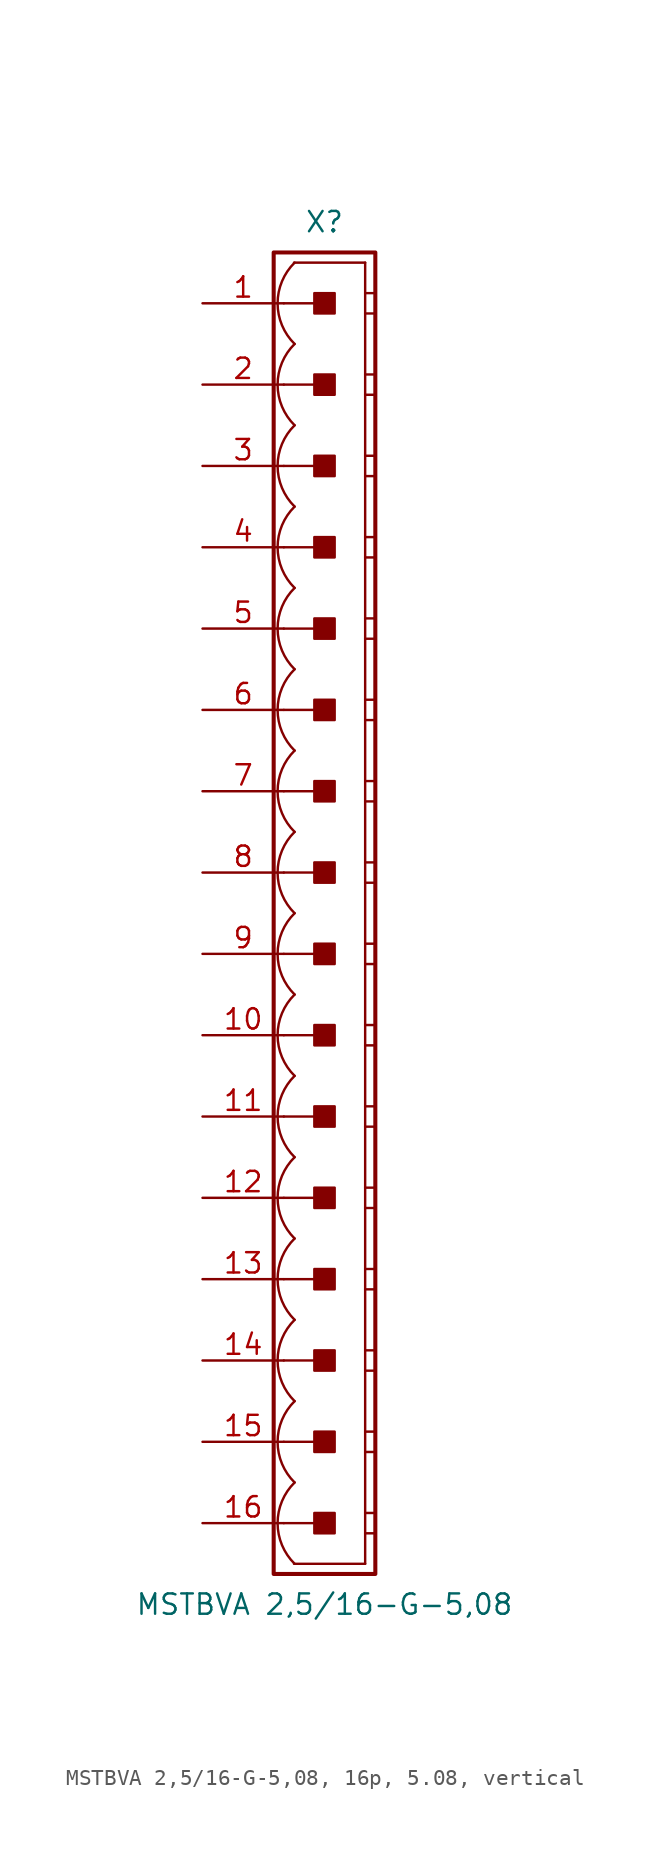
<source format=kicad_sym>
(kicad_symbol_lib
  (version 20241209)
  (generator "kicad_symbol_editor")
  (generator_version "9.0")
  (symbol "MSTBVA 2,5/16-G-5,08, 16p, 5.08, vertical"
    (pin_names
      (offset 1.016)
      (hide yes))
    (property "Reference" "X"
      (at 0 43.18 0)
      (effects (font (size 1.27 1.27))))
    (property "Value" "MSTBVA 2,5/16-G-5,08"
      (at 0 -43.18 0)
      (effects (font (size 1.27 1.27))))
    (property "Label" ""
      (at 0 0 0)
      (effects (font (size 1.27 1.27) (thickness 0.254) (bold yes))))
    (symbol "MSTBVA 2,5/16-G-5,08, 16p, 5.08, vertical_0_1"
      (polyline (pts (xy 2.54 40.64) (xy -1.905 40.64)) (stroke (width 0.152) (type default)) (fill (type none)))
      (polyline (pts (xy 2.54 40.64) (xy 2.54 -40.64)) (stroke (width 0.152) (type default)) (fill (type none)))
      (polyline (pts (xy 2.54 38.735) (xy 3.175 38.735)) (stroke (width 0.152) (type default)) (fill (type none)))
      (polyline (pts (xy 2.54 37.465) (xy 3.175 37.465)) (stroke (width 0.152) (type default)) (fill (type none)))
      (polyline (pts (xy 2.54 33.655) (xy 3.175 33.655)) (stroke (width 0.152) (type default)) (fill (type none)))
      (polyline (pts (xy 2.54 32.385) (xy 3.175 32.385)) (stroke (width 0.152) (type default)) (fill (type none)))
      (polyline (pts (xy 2.54 28.575) (xy 3.175 28.575)) (stroke (width 0.152) (type default)) (fill (type none)))
      (polyline (pts (xy 2.54 27.305) (xy 3.175 27.305)) (stroke (width 0.152) (type default)) (fill (type none)))
      (polyline (pts (xy 2.54 23.495) (xy 3.175 23.495)) (stroke (width 0.152) (type default)) (fill (type none)))
      (polyline (pts (xy 2.54 22.225) (xy 3.175 22.225)) (stroke (width 0.152) (type default)) (fill (type none)))
      (polyline (pts (xy 2.54 18.415) (xy 3.175 18.415)) (stroke (width 0.152) (type default)) (fill (type none)))
      (polyline (pts (xy 2.54 17.145) (xy 3.175 17.145)) (stroke (width 0.152) (type default)) (fill (type none)))
      (polyline (pts (xy 2.54 13.335) (xy 3.175 13.335)) (stroke (width 0.152) (type default)) (fill (type none)))
      (polyline (pts (xy 2.54 12.065) (xy 3.175 12.065)) (stroke (width 0.152) (type default)) (fill (type none)))
      (polyline (pts (xy 2.54 8.255) (xy 3.175 8.255)) (stroke (width 0.152) (type default)) (fill (type none)))
      (polyline (pts (xy 2.54 6.985) (xy 3.175 6.985)) (stroke (width 0.152) (type default)) (fill (type none)))
      (polyline (pts (xy 2.54 3.175) (xy 3.175 3.175)) (stroke (width 0.152) (type default)) (fill (type none)))
      (polyline (pts (xy 2.54 1.905) (xy 3.175 1.905)) (stroke (width 0.152) (type default)) (fill (type none)))
      (polyline (pts (xy 2.54 -1.905) (xy 3.175 -1.905)) (stroke (width 0.152) (type default)) (fill (type none)))
      (polyline (pts (xy 2.54 -3.175) (xy 3.175 -3.175)) (stroke (width 0.152) (type default)) (fill (type none)))
      (polyline (pts (xy 2.54 -6.985) (xy 3.175 -6.985)) (stroke (width 0.152) (type default)) (fill (type none)))
      (polyline (pts (xy 2.54 -8.255) (xy 3.175 -8.255)) (stroke (width 0.152) (type default)) (fill (type none)))
      (polyline (pts (xy 2.54 -12.065) (xy 3.175 -12.065)) (stroke (width 0.152) (type default)) (fill (type none)))
      (polyline (pts (xy 2.54 -13.335) (xy 3.175 -13.335)) (stroke (width 0.152) (type default)) (fill (type none)))
      (polyline (pts (xy 2.54 -17.145) (xy 3.175 -17.145)) (stroke (width 0.152) (type default)) (fill (type none)))
      (polyline (pts (xy 2.54 -18.415) (xy 3.175 -18.415)) (stroke (width 0.152) (type default)) (fill (type none)))
      (polyline (pts (xy 2.54 -22.225) (xy 3.175 -22.225)) (stroke (width 0.152) (type default)) (fill (type none)))
      (polyline (pts (xy 2.54 -23.495) (xy 3.175 -23.495)) (stroke (width 0.152) (type default)) (fill (type none)))
      (polyline (pts (xy 2.54 -27.305) (xy 3.175 -27.305)) (stroke (width 0.152) (type default)) (fill (type none)))
      (polyline (pts (xy 2.54 -28.575) (xy 3.175 -28.575)) (stroke (width 0.152) (type default)) (fill (type none)))
      (polyline (pts (xy 2.54 -32.385) (xy 3.175 -32.385)) (stroke (width 0.152) (type default)) (fill (type none)))
      (polyline (pts (xy 2.54 -33.655) (xy 3.175 -33.655)) (stroke (width 0.152) (type default)) (fill (type none)))
      (polyline (pts (xy 2.54 -37.465) (xy 3.175 -37.465)) (stroke (width 0.152) (type default)) (fill (type none)))
      (polyline (pts (xy 2.54 -38.735) (xy 3.175 -38.735)) (stroke (width 0.152) (type default)) (fill (type none)))
      (polyline (pts (xy 2.54 -40.64) (xy -1.905 -40.64)) (stroke (width 0.152) (type default)) (fill (type none))))
    (symbol "MSTBVA 2,5/16-G-5,08, 16p, 5.08, vertical_1_0"
      (polyline (pts (xy -2.54 38.1) (xy 0 38.1)) (stroke (width 0.152) (type default)) (fill (type none)))
      (polyline (pts (xy -2.54 33.02) (xy 0 33.02)) (stroke (width 0.152) (type default)) (fill (type none)))
      (polyline (pts (xy -2.54 27.94) (xy 0 27.94)) (stroke (width 0.152) (type default)) (fill (type none)))
      (polyline (pts (xy -2.54 22.86) (xy 0 22.86)) (stroke (width 0.152) (type default)) (fill (type none)))
      (polyline (pts (xy -2.54 17.78) (xy 0 17.78)) (stroke (width 0.152) (type default)) (fill (type none)))
      (polyline (pts (xy -2.54 12.7) (xy 0 12.7)) (stroke (width 0.152) (type default)) (fill (type none)))
      (polyline (pts (xy -2.54 7.62) (xy 0 7.62)) (stroke (width 0.152) (type default)) (fill (type none)))
      (polyline (pts (xy -2.54 2.54) (xy 0 2.54)) (stroke (width 0.152) (type default)) (fill (type none)))
      (polyline (pts (xy -2.54 -2.54) (xy 0 -2.54)) (stroke (width 0.152) (type default)) (fill (type none)))
      (polyline (pts (xy -2.54 -7.62) (xy 0 -7.62)) (stroke (width 0.152) (type default)) (fill (type none)))
      (polyline (pts (xy -2.54 -12.7) (xy 0 -12.7)) (stroke (width 0.152) (type default)) (fill (type none)))
      (polyline (pts (xy -2.54 -17.78) (xy 0 -17.78)) (stroke (width 0.152) (type default)) (fill (type none)))
      (polyline (pts (xy -2.54 -22.86) (xy 0 -22.86)) (stroke (width 0.152) (type default)) (fill (type none)))
      (polyline (pts (xy -2.54 -27.94) (xy 0 -27.94)) (stroke (width 0.152) (type default)) (fill (type none)))
      (polyline (pts (xy -2.54 -33.02) (xy 0 -33.02)) (stroke (width 0.152) (type default)) (fill (type none)))
      (polyline (pts (xy -2.54 -38.1) (xy 0 -38.1)) (stroke (width 0.152) (type default)) (fill (type none))))
    (symbol "MSTBVA 2,5/16-G-5,08, 16p, 5.08, vertical_1_1"
      (rectangle (start -3.175 41.275) (end 3.175 -41.275) (stroke (width 0.254) (type default)) (fill (type none)))
      (rectangle (start -0.635 37.465) (end 0.635 38.735) (stroke (width 0.152) (type default)) (fill (type outline)))
      (rectangle (start -0.635 32.385) (end 0.635 33.655) (stroke (width 0.152) (type default)) (fill (type outline)))
      (rectangle (start -0.635 27.305) (end 0.635 28.575) (stroke (width 0.152) (type default)) (fill (type outline)))
      (rectangle (start -0.635 22.225) (end 0.635 23.495) (stroke (width 0.152) (type default)) (fill (type outline)))
      (rectangle (start -0.635 17.145) (end 0.635 18.415) (stroke (width 0.152) (type default)) (fill (type outline)))
      (rectangle (start -0.635 12.065) (end 0.635 13.335) (stroke (width 0.152) (type default)) (fill (type outline)))
      (rectangle (start -0.635 6.985) (end 0.635 8.255) (stroke (width 0.152) (type default)) (fill (type outline)))
      (rectangle (start -0.635 1.905) (end 0.635 3.175) (stroke (width 0.152) (type default)) (fill (type outline)))
      (rectangle (start -0.635 -3.175) (end 0.635 -1.905) (stroke (width 0.152) (type default)) (fill (type outline)))
      (rectangle (start -0.635 -8.255) (end 0.635 -6.985) (stroke (width 0.152) (type default)) (fill (type outline)))
      (rectangle (start -0.635 -13.335) (end 0.635 -12.065) (stroke (width 0.152) (type default)) (fill (type outline)))
      (rectangle (start -0.635 -18.415) (end 0.635 -17.145) (stroke (width 0.152) (type default)) (fill (type outline)))
      (rectangle (start -0.635 -23.495) (end 0.635 -22.225) (stroke (width 0.152) (type default)) (fill (type outline)))
      (rectangle (start -0.635 -28.575) (end 0.635 -27.305) (stroke (width 0.152) (type default)) (fill (type outline)))
      (rectangle (start -0.635 -33.655) (end 0.635 -32.385) (stroke (width 0.152) (type default)) (fill (type outline)))
      (rectangle (start -0.635 -38.735) (end 0.635 -37.465) (stroke (width 0.152) (type default)) (fill (type outline)))
      (arc (start -1.8664 35.56) (mid -2.9299 38.1) (end -1.8664 40.64) (stroke (width 0.1524) (type default)) (fill (type none)))
      (arc (start -1.8664 30.48) (mid -2.9299 33.02) (end -1.8664 35.56) (stroke (width 0.1524) (type default)) (fill (type none)))
      (arc (start -1.8664 25.4) (mid -2.9299 27.94) (end -1.8664 30.48) (stroke (width 0.1524) (type default)) (fill (type none)))
      (arc (start -1.8664 20.32) (mid -2.9299 22.86) (end -1.8664 25.4) (stroke (width 0.1524) (type default)) (fill (type none)))
      (arc (start -1.8664 15.24) (mid -2.9299 17.78) (end -1.8664 20.32) (stroke (width 0.1524) (type default)) (fill (type none)))
      (arc (start -1.8664 10.16) (mid -2.9299 12.7) (end -1.8664 15.24) (stroke (width 0.1524) (type default)) (fill (type none)))
      (arc (start -1.8664 5.08) (mid -2.9299 7.62) (end -1.8664 10.16) (stroke (width 0.1524) (type default)) (fill (type none)))
      (arc (start -1.8664 0) (mid -2.9299 2.54) (end -1.8664 5.08) (stroke (width 0.1524) (type default)) (fill (type none)))
      (arc (start -1.8664 -5.08) (mid -2.9299 -2.54) (end -1.8664 0) (stroke (width 0.1524) (type default)) (fill (type none)))
      (arc (start -1.8664 -10.16) (mid -2.9299 -7.62) (end -1.8664 -5.08) (stroke (width 0.1524) (type default)) (fill (type none)))
      (arc (start -1.8664 -15.24) (mid -2.9299 -12.7) (end -1.8664 -10.16) (stroke (width 0.1524) (type default)) (fill (type none)))
      (arc (start -1.8664 -20.32) (mid -2.9299 -17.78) (end -1.8664 -15.24) (stroke (width 0.1524) (type default)) (fill (type none)))
      (arc (start -1.8664 -25.4) (mid -2.9299 -22.86) (end -1.8664 -20.32) (stroke (width 0.1524) (type default)) (fill (type none)))
      (arc (start -1.8664 -30.48) (mid -2.9299 -27.94) (end -1.8664 -25.4) (stroke (width 0.1524) (type default)) (fill (type none)))
      (arc (start -1.8664 -35.56) (mid -2.9299 -33.02) (end -1.8664 -30.48) (stroke (width 0.1524) (type default)) (fill (type none)))
      (arc (start -1.8664 -40.64) (mid -2.9299 -38.1) (end -1.8664 -35.56) (stroke (width 0.1524) (type default)) (fill (type none)))
      (pin passive line (at -7.62 38.1 0) (length 5.08) (name "1" (effects (font (size 1.27 1.27)))) (number "1" (effects (font (size 1.27 1.27)))))
      (pin passive line (at -7.62 33.02 0) (length 5.08) (name "2" (effects (font (size 1.27 1.27)))) (number "2" (effects (font (size 1.27 1.27)))))
      (pin passive line (at -7.62 27.94 0) (length 5.08) (name "3" (effects (font (size 1.27 1.27)))) (number "3" (effects (font (size 1.27 1.27)))))
      (pin passive line (at -7.62 22.86 0) (length 5.08) (name "4" (effects (font (size 1.27 1.27)))) (number "4" (effects (font (size 1.27 1.27)))))
      (pin passive line (at -7.62 17.78 0) (length 5.08) (name "5" (effects (font (size 1.27 1.27)))) (number "5" (effects (font (size 1.27 1.27)))))
      (pin passive line (at -7.62 12.7 0) (length 5.08) (name "6" (effects (font (size 1.27 1.27)))) (number "6" (effects (font (size 1.27 1.27)))))
      (pin passive line (at -7.62 7.62 0) (length 5.08) (name "7" (effects (font (size 1.27 1.27)))) (number "7" (effects (font (size 1.27 1.27)))))
      (pin passive line (at -7.62 2.54 0) (length 5.08) (name "8" (effects (font (size 1.27 1.27)))) (number "8" (effects (font (size 1.27 1.27)))))
      (pin passive line (at -7.62 -2.54 0) (length 5.08) (name "9" (effects (font (size 1.27 1.27)))) (number "9" (effects (font (size 1.27 1.27)))))
      (pin passive line (at -7.62 -7.62 0) (length 5.08) (name "10" (effects (font (size 1.27 1.27)))) (number "10" (effects (font (size 1.27 1.27)))))
      (pin passive line (at -7.62 -12.7 0) (length 5.08) (name "11" (effects (font (size 1.27 1.27)))) (number "11" (effects (font (size 1.27 1.27)))))
      (pin passive line (at -7.62 -17.78 0) (length 5.08) (name "12" (effects (font (size 1.27 1.27)))) (number "12" (effects (font (size 1.27 1.27)))))
      (pin passive line (at -7.62 -22.86 0) (length 5.08) (name "13" (effects (font (size 1.27 1.27)))) (number "13" (effects (font (size 1.27 1.27)))))
      (pin passive line (at -7.62 -27.94 0) (length 5.08) (name "14" (effects (font (size 1.27 1.27)))) (number "14" (effects (font (size 1.27 1.27)))))
      (pin passive line (at -7.62 -33.02 0) (length 5.08) (name "15" (effects (font (size 1.27 1.27)))) (number "15" (effects (font (size 1.27 1.27)))))
      (pin passive line (at -7.62 -38.1 0) (length 5.08) (name "16" (effects (font (size 1.27 1.27)))) (number "16" (effects (font (size 1.27 1.27))))))))
</source>
